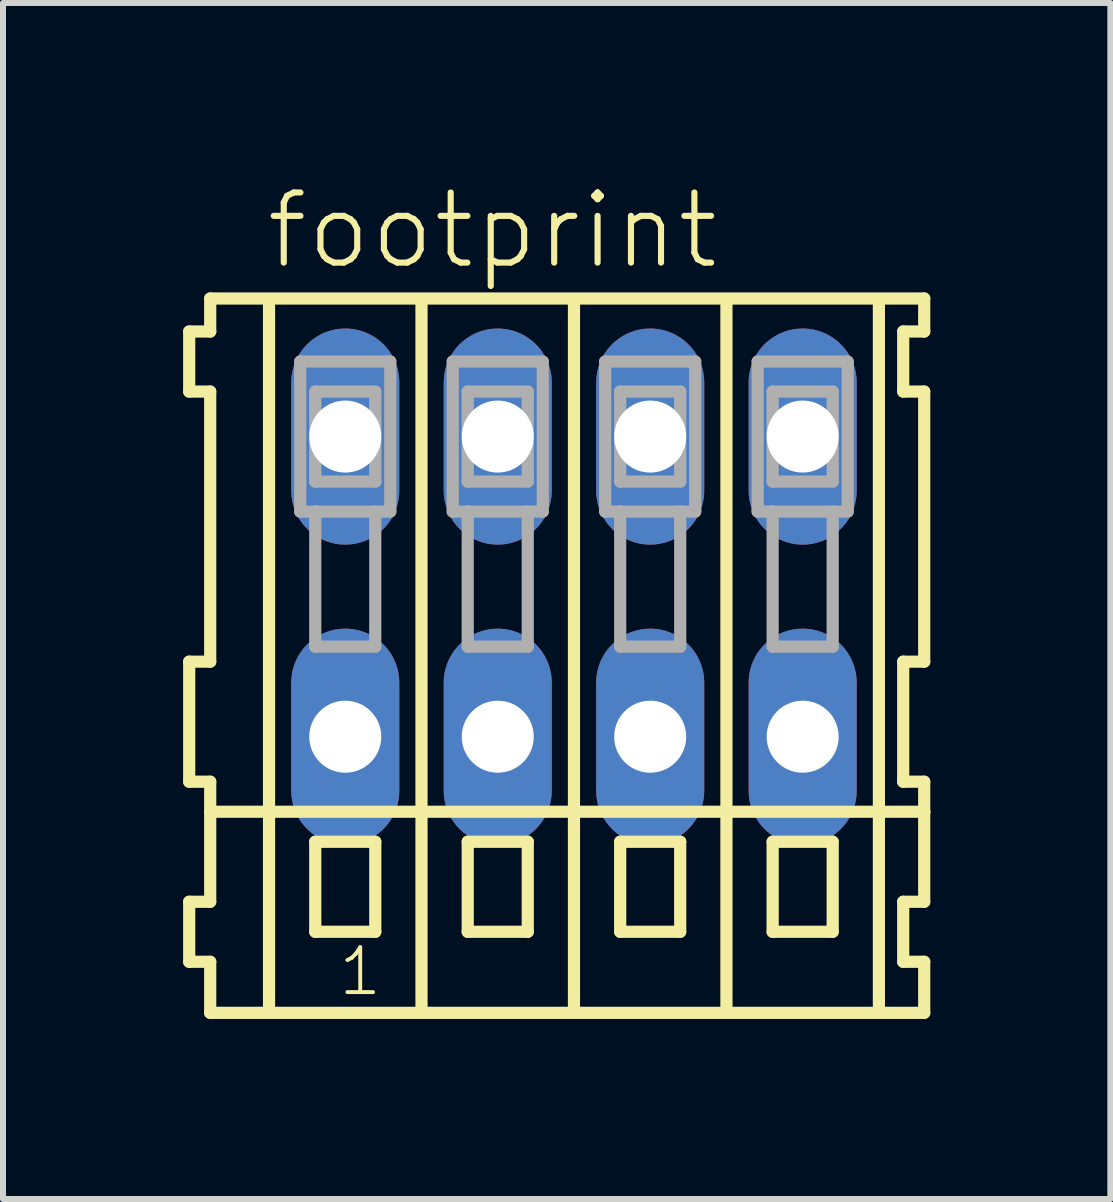
<source format=kicad_pcb>
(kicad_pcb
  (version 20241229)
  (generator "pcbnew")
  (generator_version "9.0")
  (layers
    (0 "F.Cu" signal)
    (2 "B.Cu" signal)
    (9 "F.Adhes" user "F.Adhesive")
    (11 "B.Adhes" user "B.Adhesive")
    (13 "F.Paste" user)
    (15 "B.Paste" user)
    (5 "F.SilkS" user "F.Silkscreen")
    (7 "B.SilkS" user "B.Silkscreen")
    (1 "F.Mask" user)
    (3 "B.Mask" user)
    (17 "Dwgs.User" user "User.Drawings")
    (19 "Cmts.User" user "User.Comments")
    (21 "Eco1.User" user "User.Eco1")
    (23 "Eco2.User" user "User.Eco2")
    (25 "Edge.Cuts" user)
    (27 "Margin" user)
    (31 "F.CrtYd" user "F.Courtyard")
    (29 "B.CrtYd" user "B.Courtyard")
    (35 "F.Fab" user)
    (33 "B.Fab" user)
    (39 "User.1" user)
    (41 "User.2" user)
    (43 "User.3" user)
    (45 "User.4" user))
  (footprint "footprint"
    (layer "F.Cu")
    (at 6.512 6.723)
    (property "Reference" "footprint" (at -5.18 -5.25 0) (layer "F.SilkS") (effects (font (size 1.168 1.168) (thickness 0.102)) (justify left bottom)))
    (fp_line (start -6.41 -4.25) (end -6.41 -3.25) (stroke (width 0.203) (type solid)) (layer "F.SilkS"))
    (fp_line (start -6.41 -3.25) (end -6.06 -3.25) (stroke (width 0.203) (type solid)) (layer "F.SilkS"))
    (fp_line (start -6.41 1.25) (end -6.41 3.25) (stroke (width 0.203) (type solid)) (layer "F.SilkS"))
    (fp_line (start -6.41 3.25) (end -6.06 3.25) (stroke (width 0.203) (type solid)) (layer "F.SilkS"))
    (fp_line (start -6.41 5.25) (end -6.41 6.25) (stroke (width 0.203) (type solid)) (layer "F.SilkS"))
    (fp_line (start -6.41 6.25) (end -6.06 6.25) (stroke (width 0.203) (type solid)) (layer "F.SilkS"))
    (fp_line (start -6.06 -4.8) (end -6.06 -4.25) (stroke (width 0.203) (type solid)) (layer "F.SilkS"))
    (fp_line (start -6.06 -4.25) (end -6.41 -4.25) (stroke (width 0.203) (type solid)) (layer "F.SilkS"))
    (fp_line (start -6.06 -3.25) (end -6.06 1.25) (stroke (width 0.203) (type solid)) (layer "F.SilkS"))
    (fp_line (start -6.06 1.25) (end -6.41 1.25) (stroke (width 0.203) (type solid)) (layer "F.SilkS"))
    (fp_line (start -6.06 3.25) (end -6.06 5.25) (stroke (width 0.203) (type solid)) (layer "F.SilkS"))
    (fp_line (start -6.06 3.75) (end 5.835 3.75) (stroke (width 0.203) (type solid)) (layer "F.SilkS"))
    (fp_line (start -6.06 5.25) (end -6.41 5.25) (stroke (width 0.203) (type solid)) (layer "F.SilkS"))
    (fp_line (start -6.06 6.25) (end -6.06 7.1) (stroke (width 0.203) (type solid)) (layer "F.SilkS"))
    (fp_line (start -6.06 7.1) (end 5.835 7.1) (stroke (width 0.203) (type solid)) (layer "F.SilkS"))
    (fp_line (start -5.08 6.985) (end -5.08 -4.699) (stroke (width 0.203) (type solid)) (layer "F.SilkS"))
    (fp_line (start -4.31 4.25) (end -4.31 5.75) (stroke (width 0.203) (type solid)) (layer "F.SilkS"))
    (fp_line (start -4.31 5.75) (end -3.31 5.75) (stroke (width 0.203) (type solid)) (layer "F.SilkS"))
    (fp_line (start -3.31 4.25) (end -4.31 4.25) (stroke (width 0.203) (type solid)) (layer "F.SilkS"))
    (fp_line (start -3.31 5.75) (end -3.31 4.25) (stroke (width 0.203) (type solid)) (layer "F.SilkS"))
    (fp_line (start -2.54 6.985) (end -2.54 -4.699) (stroke (width 0.203) (type solid)) (layer "F.SilkS"))
    (fp_line (start -1.77 4.25) (end -1.77 5.75) (stroke (width 0.203) (type solid)) (layer "F.SilkS"))
    (fp_line (start -1.77 5.75) (end -0.77 5.75) (stroke (width 0.203) (type solid)) (layer "F.SilkS"))
    (fp_line (start -0.77 4.25) (end -1.77 4.25) (stroke (width 0.203) (type solid)) (layer "F.SilkS"))
    (fp_line (start -0.77 5.75) (end -0.77 4.25) (stroke (width 0.203) (type solid)) (layer "F.SilkS"))
    (fp_line (start 0 6.985) (end 0 -4.699) (stroke (width 0.203) (type solid)) (layer "F.SilkS"))
    (fp_line (start 0.77 4.25) (end 0.77 5.75) (stroke (width 0.203) (type solid)) (layer "F.SilkS"))
    (fp_line (start 0.77 5.75) (end 1.77 5.75) (stroke (width 0.203) (type solid)) (layer "F.SilkS"))
    (fp_line (start 1.77 4.25) (end 0.77 4.25) (stroke (width 0.203) (type solid)) (layer "F.SilkS"))
    (fp_line (start 1.77 5.75) (end 1.77 4.25) (stroke (width 0.203) (type solid)) (layer "F.SilkS"))
    (fp_line (start 2.54 6.985) (end 2.54 -4.699) (stroke (width 0.203) (type solid)) (layer "F.SilkS"))
    (fp_line (start 3.31 4.25) (end 3.31 5.75) (stroke (width 0.203) (type solid)) (layer "F.SilkS"))
    (fp_line (start 3.31 5.75) (end 4.31 5.75) (stroke (width 0.203) (type solid)) (layer "F.SilkS"))
    (fp_line (start 4.31 4.25) (end 3.31 4.25) (stroke (width 0.203) (type solid)) (layer "F.SilkS"))
    (fp_line (start 4.31 5.75) (end 4.31 4.25) (stroke (width 0.203) (type solid)) (layer "F.SilkS"))
    (fp_line (start 5.08 6.985) (end 5.08 -4.699) (stroke (width 0.203) (type solid)) (layer "F.SilkS"))
    (fp_line (start 5.485 -4.25) (end 5.485 -3.25) (stroke (width 0.203) (type solid)) (layer "F.SilkS"))
    (fp_line (start 5.485 -3.25) (end 5.835 -3.25) (stroke (width 0.203) (type solid)) (layer "F.SilkS"))
    (fp_line (start 5.485 1.25) (end 5.485 3.25) (stroke (width 0.203) (type solid)) (layer "F.SilkS"))
    (fp_line (start 5.485 3.25) (end 5.835 3.25) (stroke (width 0.203) (type solid)) (layer "F.SilkS"))
    (fp_line (start 5.485 5.25) (end 5.485 6.25) (stroke (width 0.203) (type solid)) (layer "F.SilkS"))
    (fp_line (start 5.485 6.25) (end 5.835 6.25) (stroke (width 0.203) (type solid)) (layer "F.SilkS"))
    (fp_line (start 5.835 -4.8) (end -6.06 -4.8) (stroke (width 0.203) (type solid)) (layer "F.SilkS"))
    (fp_line (start 5.835 -4.25) (end 5.485 -4.25) (stroke (width 0.203) (type solid)) (layer "F.SilkS"))
    (fp_line (start 5.835 -4.25) (end 5.835 -4.8) (stroke (width 0.203) (type solid)) (layer "F.SilkS"))
    (fp_line (start 5.835 1.25) (end 5.485 1.25) (stroke (width 0.203) (type solid)) (layer "F.SilkS"))
    (fp_line (start 5.835 1.25) (end 5.835 -3.25) (stroke (width 0.203) (type solid)) (layer "F.SilkS"))
    (fp_line (start 5.835 3.75) (end 5.835 3.25) (stroke (width 0.203) (type solid)) (layer "F.SilkS"))
    (fp_line (start 5.835 5.25) (end 5.485 5.25) (stroke (width 0.203) (type solid)) (layer "F.SilkS"))
    (fp_line (start 5.835 5.25) (end 5.835 3.75) (stroke (width 0.203) (type solid)) (layer "F.SilkS"))
    (fp_line (start 5.835 7.1) (end 5.835 6.25) (stroke (width 0.203) (type solid)) (layer "F.SilkS"))
    (fp_line (start -4.56 -3.75) (end -4.56 -1.25) (stroke (width 0.203) (type solid)) (layer "F.Fab"))
    (fp_line (start -4.56 -1.25) (end -4.31 -1.25) (stroke (width 0.203) (type solid)) (layer "F.Fab"))
    (fp_line (start -4.31 -3.25) (end -4.31 -1.75) (stroke (width 0.203) (type solid)) (layer "F.Fab"))
    (fp_line (start -4.31 -1.75) (end -3.31 -1.75) (stroke (width 0.203) (type solid)) (layer "F.Fab"))
    (fp_line (start -4.31 -1.25) (end -4.31 1) (stroke (width 0.203) (type solid)) (layer "F.Fab"))
    (fp_line (start -4.31 -1.25) (end -3.31 -1.25) (stroke (width 0.203) (type solid)) (layer "F.Fab"))
    (fp_line (start -4.31 1) (end -3.31 1) (stroke (width 0.203) (type solid)) (layer "F.Fab"))
    (fp_line (start -3.31 -3.25) (end -4.31 -3.25) (stroke (width 0.203) (type solid)) (layer "F.Fab"))
    (fp_line (start -3.31 -1.75) (end -3.31 -3.25) (stroke (width 0.203) (type solid)) (layer "F.Fab"))
    (fp_line (start -3.31 -1.25) (end -3.06 -1.25) (stroke (width 0.203) (type solid)) (layer "F.Fab"))
    (fp_line (start -3.31 1) (end -3.31 -1.25) (stroke (width 0.203) (type solid)) (layer "F.Fab"))
    (fp_line (start -3.06 -3.75) (end -4.56 -3.75) (stroke (width 0.203) (type solid)) (layer "F.Fab"))
    (fp_line (start -3.06 -1.25) (end -3.06 -3.75) (stroke (width 0.203) (type solid)) (layer "F.Fab"))
    (fp_line (start -2.02 -3.75) (end -2.02 -1.25) (stroke (width 0.203) (type solid)) (layer "F.Fab"))
    (fp_line (start -2.02 -1.25) (end -1.77 -1.25) (stroke (width 0.203) (type solid)) (layer "F.Fab"))
    (fp_line (start -1.77 -3.25) (end -1.77 -1.75) (stroke (width 0.203) (type solid)) (layer "F.Fab"))
    (fp_line (start -1.77 -1.75) (end -0.77 -1.75) (stroke (width 0.203) (type solid)) (layer "F.Fab"))
    (fp_line (start -1.77 -1.25) (end -1.77 1) (stroke (width 0.203) (type solid)) (layer "F.Fab"))
    (fp_line (start -1.77 -1.25) (end -0.77 -1.25) (stroke (width 0.203) (type solid)) (layer "F.Fab"))
    (fp_line (start -1.77 1) (end -0.77 1) (stroke (width 0.203) (type solid)) (layer "F.Fab"))
    (fp_line (start -0.77 -3.25) (end -1.77 -3.25) (stroke (width 0.203) (type solid)) (layer "F.Fab"))
    (fp_line (start -0.77 -1.75) (end -0.77 -3.25) (stroke (width 0.203) (type solid)) (layer "F.Fab"))
    (fp_line (start -0.77 -1.25) (end -0.52 -1.25) (stroke (width 0.203) (type solid)) (layer "F.Fab"))
    (fp_line (start -0.77 1) (end -0.77 -1.25) (stroke (width 0.203) (type solid)) (layer "F.Fab"))
    (fp_line (start -0.52 -3.75) (end -2.02 -3.75) (stroke (width 0.203) (type solid)) (layer "F.Fab"))
    (fp_line (start -0.52 -1.25) (end -0.52 -3.75) (stroke (width 0.203) (type solid)) (layer "F.Fab"))
    (fp_line (start 0.52 -3.75) (end 0.52 -1.25) (stroke (width 0.203) (type solid)) (layer "F.Fab"))
    (fp_line (start 0.52 -1.25) (end 0.77 -1.25) (stroke (width 0.203) (type solid)) (layer "F.Fab"))
    (fp_line (start 0.77 -3.25) (end 0.77 -1.75) (stroke (width 0.203) (type solid)) (layer "F.Fab"))
    (fp_line (start 0.77 -1.75) (end 1.77 -1.75) (stroke (width 0.203) (type solid)) (layer "F.Fab"))
    (fp_line (start 0.77 -1.25) (end 0.77 1) (stroke (width 0.203) (type solid)) (layer "F.Fab"))
    (fp_line (start 0.77 -1.25) (end 1.77 -1.25) (stroke (width 0.203) (type solid)) (layer "F.Fab"))
    (fp_line (start 0.77 1) (end 1.77 1) (stroke (width 0.203) (type solid)) (layer "F.Fab"))
    (fp_line (start 1.77 -3.25) (end 0.77 -3.25) (stroke (width 0.203) (type solid)) (layer "F.Fab"))
    (fp_line (start 1.77 -1.75) (end 1.77 -3.25) (stroke (width 0.203) (type solid)) (layer "F.Fab"))
    (fp_line (start 1.77 -1.25) (end 2.02 -1.25) (stroke (width 0.203) (type solid)) (layer "F.Fab"))
    (fp_line (start 1.77 1) (end 1.77 -1.25) (stroke (width 0.203) (type solid)) (layer "F.Fab"))
    (fp_line (start 2.02 -3.75) (end 0.52 -3.75) (stroke (width 0.203) (type solid)) (layer "F.Fab"))
    (fp_line (start 2.02 -1.25) (end 2.02 -3.75) (stroke (width 0.203) (type solid)) (layer "F.Fab"))
    (fp_line (start 3.06 -3.75) (end 3.06 -1.25) (stroke (width 0.203) (type solid)) (layer "F.Fab"))
    (fp_line (start 3.06 -1.25) (end 3.31 -1.25) (stroke (width 0.203) (type solid)) (layer "F.Fab"))
    (fp_line (start 3.31 -3.25) (end 3.31 -1.75) (stroke (width 0.203) (type solid)) (layer "F.Fab"))
    (fp_line (start 3.31 -1.75) (end 4.31 -1.75) (stroke (width 0.203) (type solid)) (layer "F.Fab"))
    (fp_line (start 3.31 -1.25) (end 3.31 1) (stroke (width 0.203) (type solid)) (layer "F.Fab"))
    (fp_line (start 3.31 -1.25) (end 4.31 -1.25) (stroke (width 0.203) (type solid)) (layer "F.Fab"))
    (fp_line (start 3.31 1) (end 4.31 1) (stroke (width 0.203) (type solid)) (layer "F.Fab"))
    (fp_line (start 4.31 -3.25) (end 3.31 -3.25) (stroke (width 0.203) (type solid)) (layer "F.Fab"))
    (fp_line (start 4.31 -1.75) (end 4.31 -3.25) (stroke (width 0.203) (type solid)) (layer "F.Fab"))
    (fp_line (start 4.31 -1.25) (end 4.56 -1.25) (stroke (width 0.203) (type solid)) (layer "F.Fab"))
    (fp_line (start 4.31 1) (end 4.31 -1.25) (stroke (width 0.203) (type solid)) (layer "F.Fab"))
    (fp_line (start 4.56 -3.75) (end 3.06 -3.75) (stroke (width 0.203) (type solid)) (layer "F.Fab"))
    (fp_line (start 4.56 -1.25) (end 4.56 -3.75) (stroke (width 0.203) (type solid)) (layer "F.Fab"))
    (fp_text user "1" (at -3.96 6.85 0) (layer "F.SilkS") (effects (font (size 0.748 0.748) (thickness 0.065)) (justify left bottom)))
    (pad "A1" thru_hole oval (at -3.81 -2.5 90) (size 3.6 1.8) (drill 1.2) (layers "*.Cu" "*.Mask"))
    (pad "A2" thru_hole oval (at -1.27 -2.5 90) (size 3.6 1.8) (drill 1.2) (layers "*.Cu" "*.Mask"))
    (pad "A3" thru_hole oval (at 1.27 -2.5 90) (size 3.6 1.8) (drill 1.2) (layers "*.Cu" "*.Mask"))
    (pad "A4" thru_hole oval (at 3.81 -2.5 90) (size 3.6 1.8) (drill 1.2) (layers "*.Cu" "*.Mask"))
    (pad "B1" thru_hole oval (at -3.81 2.5 90) (size 3.6 1.8) (drill 1.2) (layers "*.Cu" "*.Mask"))
    (pad "B2" thru_hole oval (at -1.27 2.5 90) (size 3.6 1.8) (drill 1.2) (layers "*.Cu" "*.Mask"))
    (pad "B3" thru_hole oval (at 1.27 2.5 90) (size 3.6 1.8) (drill 1.2) (layers "*.Cu" "*.Mask"))
    (pad "B4" thru_hole oval (at 3.81 2.5 90) (size 3.6 1.8) (drill 1.2) (layers "*.Cu" "*.Mask")))
  (gr_rect
    (start -3 -3)
    (end 15.448 16.925)
    (stroke (width 0.1) (type default))
    (fill no)
    (layer "Edge.Cuts")))
</source>
